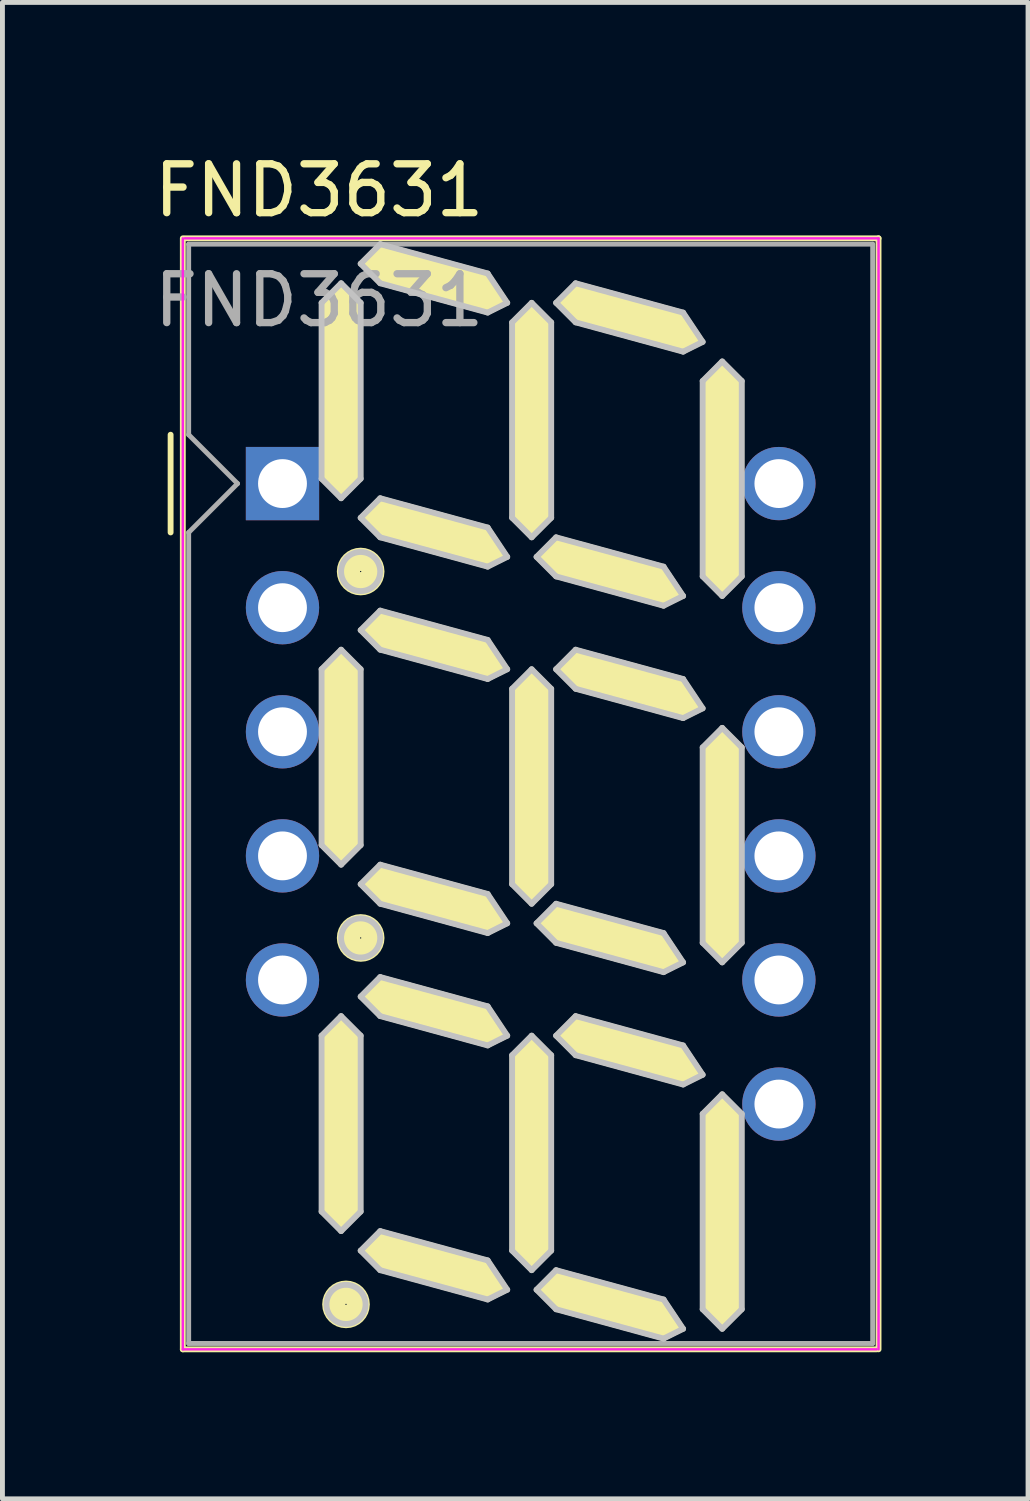
<source format=kicad_pcb>
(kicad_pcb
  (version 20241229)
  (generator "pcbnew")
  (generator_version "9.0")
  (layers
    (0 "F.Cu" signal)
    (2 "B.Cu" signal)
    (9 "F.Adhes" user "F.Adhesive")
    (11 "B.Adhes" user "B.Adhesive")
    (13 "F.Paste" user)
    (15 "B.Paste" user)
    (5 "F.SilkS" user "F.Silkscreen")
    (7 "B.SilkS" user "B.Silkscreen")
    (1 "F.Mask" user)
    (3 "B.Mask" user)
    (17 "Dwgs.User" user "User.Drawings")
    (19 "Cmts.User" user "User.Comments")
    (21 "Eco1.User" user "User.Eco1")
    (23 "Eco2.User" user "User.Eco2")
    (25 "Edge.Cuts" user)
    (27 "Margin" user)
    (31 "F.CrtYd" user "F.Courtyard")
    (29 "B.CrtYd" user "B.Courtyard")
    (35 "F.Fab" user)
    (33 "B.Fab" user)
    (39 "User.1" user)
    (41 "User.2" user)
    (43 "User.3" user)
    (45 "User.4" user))
  (footprint "FND3631"
    (layer "F.Cu")
    (at 2.732 6.848)
    (property "Reference" "FND3631" (at 0.75 -6 0) (layer "F.SilkS") (effects (font (size 1 1) (thickness 0.15))))
    (attr through_hole)
    (fp_line (start -2.29 -1) (end -2.29 1) (stroke (width 0.12) (type solid)) (layer "F.SilkS"))
    (fp_line (start -2.04 -5.02) (end -2.04 17.72) (stroke (width 0.12) (type solid)) (layer "F.SilkS"))
    (fp_line (start -2 -5.02) (end 12.2 -5.02) (stroke (width 0.12) (type solid)) (layer "F.SilkS"))
    (fp_line (start 12.16 17.72) (end -2.04 17.72) (stroke (width 0.12) (type solid)) (layer "F.SilkS"))
    (fp_line (start 12.2 17.72) (end 12.2 -5.02) (stroke (width 0.12) (type solid)) (layer "F.SilkS"))
    (fp_circle (center 1.3 16.8) (end 1.55 16.8) (stroke (width 0.475) (type solid)) (fill no) (layer "F.SilkS"))
    (fp_circle (center 1.6 1.8) (end 1.85 1.8) (stroke (width 0.475) (type solid)) (fill no) (layer "F.SilkS"))
    (fp_circle (center 1.6 9.3) (end 1.85 9.3) (stroke (width 0.475) (type solid)) (fill no) (layer "F.SilkS"))
    (fp_poly (pts (xy 1.6 -3.7) (xy 1.6 -0.1) (xy 1.2 0.3) (xy 0.8 -0.1) (xy 0.8 -3.7) (xy 1.2 -4.1)) (stroke (width 0.1) (type solid)) (fill yes) (layer "F.SilkS"))
    (fp_poly (pts (xy 1.6 3.8) (xy 1.6 7.4) (xy 1.2 7.8) (xy 0.8 7.4) (xy 0.8 3.8) (xy 1.2 3.4)) (stroke (width 0.1) (type solid)) (fill yes) (layer "F.SilkS"))
    (fp_poly (pts (xy 1.6 11.3) (xy 1.6 14.9) (xy 1.2 15.3) (xy 0.8 14.9) (xy 0.8 11.3) (xy 1.2 10.9)) (stroke (width 0.1) (type solid)) (fill yes) (layer "F.SilkS"))
    (fp_poly (pts (xy 4.2 -4.3) (xy 4.6 -3.7) (xy 4.2 -3.5) (xy 2 -4.1) (xy 1.6 -4.5) (xy 2 -4.9)) (stroke (width 0.1) (type solid)) (fill yes) (layer "F.SilkS"))
    (fp_poly (pts (xy 4.2 0.9) (xy 4.6 1.5) (xy 4.2 1.7) (xy 2 1.1) (xy 1.6 0.7) (xy 2 0.3)) (stroke (width 0.1) (type solid)) (fill yes) (layer "F.SilkS"))
    (fp_poly (pts (xy 4.2 3.2) (xy 4.6 3.8) (xy 4.2 4) (xy 2 3.4) (xy 1.6 3) (xy 2 2.6)) (stroke (width 0.1) (type solid)) (fill yes) (layer "F.SilkS"))
    (fp_poly (pts (xy 4.2 8.4) (xy 4.6 9) (xy 4.2 9.2) (xy 2 8.6) (xy 1.6 8.2) (xy 2 7.8)) (stroke (width 0.1) (type solid)) (fill yes) (layer "F.SilkS"))
    (fp_poly (pts (xy 4.2 10.7) (xy 4.6 11.3) (xy 4.2 11.5) (xy 2 10.9) (xy 1.6 10.5) (xy 2 10.1)) (stroke (width 0.1) (type solid)) (fill yes) (layer "F.SilkS"))
    (fp_poly (pts (xy 4.2 15.9) (xy 4.6 16.5) (xy 4.2 16.7) (xy 2 16.1) (xy 1.6 15.7) (xy 2 15.3)) (stroke (width 0.1) (type solid)) (fill yes) (layer "F.SilkS"))
    (fp_poly (pts (xy 5.5 -3.3) (xy 5.5 0.7) (xy 5.1 1.1) (xy 4.7 0.7) (xy 4.7 -3.3) (xy 5.1 -3.7)) (stroke (width 0.1) (type solid)) (fill yes) (layer "F.SilkS"))
    (fp_poly (pts (xy 5.5 4.2) (xy 5.5 8.2) (xy 5.1 8.6) (xy 4.7 8.2) (xy 4.7 4.2) (xy 5.1 3.8)) (stroke (width 0.1) (type solid)) (fill yes) (layer "F.SilkS"))
    (fp_poly (pts (xy 5.5 11.7) (xy 5.5 15.7) (xy 5.1 16.1) (xy 4.7 15.7) (xy 4.7 11.7) (xy 5.1 11.3)) (stroke (width 0.1) (type solid)) (fill yes) (layer "F.SilkS"))
    (fp_poly (pts (xy 7.8 1.7) (xy 8.2 2.3) (xy 7.8 2.5) (xy 5.6 1.9) (xy 5.2 1.5) (xy 5.6 1.1)) (stroke (width 0.1) (type solid)) (fill yes) (layer "F.SilkS"))
    (fp_poly (pts (xy 7.8 9.2) (xy 8.2 9.8) (xy 7.8 10) (xy 5.6 9.4) (xy 5.2 9) (xy 5.6 8.6)) (stroke (width 0.1) (type solid)) (fill yes) (layer "F.SilkS"))
    (fp_poly (pts (xy 7.8 16.7) (xy 8.2 17.3) (xy 7.8 17.5) (xy 5.6 16.9) (xy 5.2 16.5) (xy 5.6 16.1)) (stroke (width 0.1) (type solid)) (fill yes) (layer "F.SilkS"))
    (fp_poly (pts (xy 8.2 -3.5) (xy 8.6 -2.9) (xy 8.2 -2.7) (xy 6 -3.3) (xy 5.6 -3.7) (xy 6 -4.1)) (stroke (width 0.1) (type solid)) (fill yes) (layer "F.SilkS"))
    (fp_poly (pts (xy 8.2 4) (xy 8.6 4.6) (xy 8.2 4.8) (xy 6 4.2) (xy 5.6 3.8) (xy 6 3.4)) (stroke (width 0.1) (type solid)) (fill yes) (layer "F.SilkS"))
    (fp_poly (pts (xy 8.2 11.5) (xy 8.6 12.1) (xy 8.2 12.3) (xy 6 11.7) (xy 5.6 11.3) (xy 6 10.9)) (stroke (width 0.1) (type solid)) (fill yes) (layer "F.SilkS"))
    (fp_poly (pts (xy 9.4 -2.1) (xy 9.4 1.9) (xy 9 2.3) (xy 8.6 1.9) (xy 8.6 -2.1) (xy 9 -2.5)) (stroke (width 0.1) (type solid)) (fill yes) (layer "F.SilkS"))
    (fp_poly (pts (xy 9.4 5.4) (xy 9.4 9.4) (xy 9 9.8) (xy 8.6 9.4) (xy 8.6 5.4) (xy 9 5)) (stroke (width 0.1) (type solid)) (fill yes) (layer "F.SilkS"))
    (fp_poly (pts (xy 9.4 12.9) (xy 9.4 16.9) (xy 9 17.3) (xy 8.6 16.9) (xy 8.6 12.9) (xy 9 12.5)) (stroke (width 0.1) (type solid)) (fill yes) (layer "F.SilkS"))
    (fp_line (start 0.8 -3.7) (end 0.8 -0.1) (stroke (width 0.12) (type solid)) (layer "Dwgs.User"))
    (fp_line (start 0.8 3.8) (end 0.8 7.4) (stroke (width 0.12) (type solid)) (layer "Dwgs.User"))
    (fp_line (start 0.8 11.3) (end 0.8 14.9) (stroke (width 0.12) (type solid)) (layer "Dwgs.User"))
    (fp_line (start 1.2 -4.1) (end 0.8 -3.7) (stroke (width 0.12) (type solid)) (layer "Dwgs.User"))
    (fp_line (start 1.2 -4.1) (end 1.6 -3.7) (stroke (width 0.12) (type solid)) (layer "Dwgs.User"))
    (fp_line (start 1.2 0.3) (end 0.8 -0.1) (stroke (width 0.12) (type solid)) (layer "Dwgs.User"))
    (fp_line (start 1.2 0.3) (end 1.6 -0.1) (stroke (width 0.12) (type solid)) (layer "Dwgs.User"))
    (fp_line (start 1.2 3.4) (end 0.8 3.8) (stroke (width 0.12) (type solid)) (layer "Dwgs.User"))
    (fp_line (start 1.2 3.4) (end 1.6 3.8) (stroke (width 0.12) (type solid)) (layer "Dwgs.User"))
    (fp_line (start 1.2 7.8) (end 0.8 7.4) (stroke (width 0.12) (type solid)) (layer "Dwgs.User"))
    (fp_line (start 1.2 7.8) (end 1.6 7.4) (stroke (width 0.12) (type solid)) (layer "Dwgs.User"))
    (fp_line (start 1.2 10.9) (end 0.8 11.3) (stroke (width 0.12) (type solid)) (layer "Dwgs.User"))
    (fp_line (start 1.2 10.9) (end 1.6 11.3) (stroke (width 0.12) (type solid)) (layer "Dwgs.User"))
    (fp_line (start 1.2 15.3) (end 0.8 14.9) (stroke (width 0.12) (type solid)) (layer "Dwgs.User"))
    (fp_line (start 1.2 15.3) (end 1.6 14.9) (stroke (width 0.12) (type solid)) (layer "Dwgs.User"))
    (fp_line (start 1.6 -4.5) (end 2 -4.9) (stroke (width 0.12) (type solid)) (layer "Dwgs.User"))
    (fp_line (start 1.6 -4.5) (end 2 -4.1) (stroke (width 0.12) (type solid)) (layer "Dwgs.User"))
    (fp_line (start 1.6 -3.7) (end 1.6 -0.1) (stroke (width 0.12) (type solid)) (layer "Dwgs.User"))
    (fp_line (start 1.6 0.7) (end 2 0.3) (stroke (width 0.12) (type solid)) (layer "Dwgs.User"))
    (fp_line (start 1.6 0.7) (end 2 1.1) (stroke (width 0.12) (type solid)) (layer "Dwgs.User"))
    (fp_line (start 1.6 3) (end 2 2.6) (stroke (width 0.12) (type solid)) (layer "Dwgs.User"))
    (fp_line (start 1.6 3) (end 2 3.4) (stroke (width 0.12) (type solid)) (layer "Dwgs.User"))
    (fp_line (start 1.6 3.8) (end 1.6 7.4) (stroke (width 0.12) (type solid)) (layer "Dwgs.User"))
    (fp_line (start 1.6 8.2) (end 2 7.8) (stroke (width 0.12) (type solid)) (layer "Dwgs.User"))
    (fp_line (start 1.6 8.2) (end 2 8.6) (stroke (width 0.12) (type solid)) (layer "Dwgs.User"))
    (fp_line (start 1.6 10.5) (end 2 10.1) (stroke (width 0.12) (type solid)) (layer "Dwgs.User"))
    (fp_line (start 1.6 10.5) (end 2 10.9) (stroke (width 0.12) (type solid)) (layer "Dwgs.User"))
    (fp_line (start 1.6 11.3) (end 1.6 14.9) (stroke (width 0.12) (type solid)) (layer "Dwgs.User"))
    (fp_line (start 1.6 15.7) (end 2 15.3) (stroke (width 0.12) (type solid)) (layer "Dwgs.User"))
    (fp_line (start 1.6 15.7) (end 2 16.1) (stroke (width 0.12) (type solid)) (layer "Dwgs.User"))
    (fp_line (start 2 -4.9) (end 4.2 -4.3) (stroke (width 0.12) (type solid)) (layer "Dwgs.User"))
    (fp_line (start 2 0.3) (end 4.2 0.9) (stroke (width 0.12) (type solid)) (layer "Dwgs.User"))
    (fp_line (start 2 1.1) (end 4.2 1.7) (stroke (width 0.12) (type solid)) (layer "Dwgs.User"))
    (fp_line (start 2 2.6) (end 4.2 3.2) (stroke (width 0.12) (type solid)) (layer "Dwgs.User"))
    (fp_line (start 2 7.8) (end 4.2 8.4) (stroke (width 0.12) (type solid)) (layer "Dwgs.User"))
    (fp_line (start 2 8.6) (end 4.2 9.2) (stroke (width 0.12) (type solid)) (layer "Dwgs.User"))
    (fp_line (start 2 10.1) (end 4.2 10.7) (stroke (width 0.12) (type solid)) (layer "Dwgs.User"))
    (fp_line (start 2 15.3) (end 4.2 15.9) (stroke (width 0.12) (type solid)) (layer "Dwgs.User"))
    (fp_line (start 2 16.1) (end 4.2 16.7) (stroke (width 0.12) (type solid)) (layer "Dwgs.User"))
    (fp_line (start 4.2 -3.5) (end 2 -4.1) (stroke (width 0.12) (type solid)) (layer "Dwgs.User"))
    (fp_line (start 4.2 4) (end 2 3.4) (stroke (width 0.12) (type solid)) (layer "Dwgs.User"))
    (fp_line (start 4.2 11.5) (end 2 10.9) (stroke (width 0.12) (type solid)) (layer "Dwgs.User"))
    (fp_line (start 4.6 -3.7) (end 4.2 -4.3) (stroke (width 0.12) (type solid)) (layer "Dwgs.User"))
    (fp_line (start 4.6 -3.7) (end 4.2 -3.5) (stroke (width 0.12) (type solid)) (layer "Dwgs.User"))
    (fp_line (start 4.6 1.5) (end 4.2 0.9) (stroke (width 0.12) (type solid)) (layer "Dwgs.User"))
    (fp_line (start 4.6 1.5) (end 4.2 1.7) (stroke (width 0.12) (type solid)) (layer "Dwgs.User"))
    (fp_line (start 4.6 3.8) (end 4.2 3.2) (stroke (width 0.12) (type solid)) (layer "Dwgs.User"))
    (fp_line (start 4.6 3.8) (end 4.2 4) (stroke (width 0.12) (type solid)) (layer "Dwgs.User"))
    (fp_line (start 4.6 9) (end 4.2 8.4) (stroke (width 0.12) (type solid)) (layer "Dwgs.User"))
    (fp_line (start 4.6 9) (end 4.2 9.2) (stroke (width 0.12) (type solid)) (layer "Dwgs.User"))
    (fp_line (start 4.6 11.3) (end 4.2 10.7) (stroke (width 0.12) (type solid)) (layer "Dwgs.User"))
    (fp_line (start 4.6 11.3) (end 4.2 11.5) (stroke (width 0.12) (type solid)) (layer "Dwgs.User"))
    (fp_line (start 4.6 16.5) (end 4.2 15.9) (stroke (width 0.12) (type solid)) (layer "Dwgs.User"))
    (fp_line (start 4.6 16.5) (end 4.2 16.7) (stroke (width 0.12) (type solid)) (layer "Dwgs.User"))
    (fp_line (start 4.7 -3.3) (end 4.7 0.7) (stroke (width 0.12) (type solid)) (layer "Dwgs.User"))
    (fp_line (start 4.7 4.2) (end 4.7 8.2) (stroke (width 0.12) (type solid)) (layer "Dwgs.User"))
    (fp_line (start 4.7 11.7) (end 4.7 15.7) (stroke (width 0.12) (type solid)) (layer "Dwgs.User"))
    (fp_line (start 5.1 -3.7) (end 4.7 -3.3) (stroke (width 0.12) (type solid)) (layer "Dwgs.User"))
    (fp_line (start 5.1 -3.7) (end 5.5 -3.3) (stroke (width 0.12) (type solid)) (layer "Dwgs.User"))
    (fp_line (start 5.1 1.1) (end 4.7 0.7) (stroke (width 0.12) (type solid)) (layer "Dwgs.User"))
    (fp_line (start 5.1 1.1) (end 5.5 0.7) (stroke (width 0.12) (type solid)) (layer "Dwgs.User"))
    (fp_line (start 5.1 3.8) (end 4.7 4.2) (stroke (width 0.12) (type solid)) (layer "Dwgs.User"))
    (fp_line (start 5.1 3.8) (end 5.5 4.2) (stroke (width 0.12) (type solid)) (layer "Dwgs.User"))
    (fp_line (start 5.1 8.6) (end 4.7 8.2) (stroke (width 0.12) (type solid)) (layer "Dwgs.User"))
    (fp_line (start 5.1 8.6) (end 5.5 8.2) (stroke (width 0.12) (type solid)) (layer "Dwgs.User"))
    (fp_line (start 5.1 11.3) (end 4.7 11.7) (stroke (width 0.12) (type solid)) (layer "Dwgs.User"))
    (fp_line (start 5.1 11.3) (end 5.5 11.7) (stroke (width 0.12) (type solid)) (layer "Dwgs.User"))
    (fp_line (start 5.1 16.1) (end 4.7 15.7) (stroke (width 0.12) (type solid)) (layer "Dwgs.User"))
    (fp_line (start 5.1 16.1) (end 5.5 15.7) (stroke (width 0.12) (type solid)) (layer "Dwgs.User"))
    (fp_line (start 5.2 1.5) (end 5.6 1.1) (stroke (width 0.12) (type solid)) (layer "Dwgs.User"))
    (fp_line (start 5.2 1.5) (end 5.6 1.9) (stroke (width 0.12) (type solid)) (layer "Dwgs.User"))
    (fp_line (start 5.2 9) (end 5.6 8.6) (stroke (width 0.12) (type solid)) (layer "Dwgs.User"))
    (fp_line (start 5.2 9) (end 5.6 9.4) (stroke (width 0.12) (type solid)) (layer "Dwgs.User"))
    (fp_line (start 5.2 16.5) (end 5.6 16.1) (stroke (width 0.12) (type solid)) (layer "Dwgs.User"))
    (fp_line (start 5.2 16.5) (end 5.6 16.9) (stroke (width 0.12) (type solid)) (layer "Dwgs.User"))
    (fp_line (start 5.5 -3.3) (end 5.5 0.7) (stroke (width 0.12) (type solid)) (layer "Dwgs.User"))
    (fp_line (start 5.5 4.2) (end 5.5 8.2) (stroke (width 0.12) (type solid)) (layer "Dwgs.User"))
    (fp_line (start 5.5 11.7) (end 5.5 15.7) (stroke (width 0.12) (type solid)) (layer "Dwgs.User"))
    (fp_line (start 5.6 -3.7) (end 6 -4.1) (stroke (width 0.12) (type solid)) (layer "Dwgs.User"))
    (fp_line (start 5.6 -3.7) (end 6 -3.3) (stroke (width 0.12) (type solid)) (layer "Dwgs.User"))
    (fp_line (start 5.6 1.1) (end 7.8 1.7) (stroke (width 0.12) (type solid)) (layer "Dwgs.User"))
    (fp_line (start 5.6 1.9) (end 7.8 2.5) (stroke (width 0.12) (type solid)) (layer "Dwgs.User"))
    (fp_line (start 5.6 3.8) (end 6 3.4) (stroke (width 0.12) (type solid)) (layer "Dwgs.User"))
    (fp_line (start 5.6 3.8) (end 6 4.2) (stroke (width 0.12) (type solid)) (layer "Dwgs.User"))
    (fp_line (start 5.6 8.6) (end 7.8 9.2) (stroke (width 0.12) (type solid)) (layer "Dwgs.User"))
    (fp_line (start 5.6 9.4) (end 7.8 10) (stroke (width 0.12) (type solid)) (layer "Dwgs.User"))
    (fp_line (start 5.6 11.3) (end 6 10.9) (stroke (width 0.12) (type solid)) (layer "Dwgs.User"))
    (fp_line (start 5.6 11.3) (end 6 11.7) (stroke (width 0.12) (type solid)) (layer "Dwgs.User"))
    (fp_line (start 5.6 16.1) (end 7.8 16.7) (stroke (width 0.12) (type solid)) (layer "Dwgs.User"))
    (fp_line (start 5.6 16.9) (end 7.8 17.5) (stroke (width 0.12) (type solid)) (layer "Dwgs.User"))
    (fp_line (start 6 -4.1) (end 8.2 -3.5) (stroke (width 0.12) (type solid)) (layer "Dwgs.User"))
    (fp_line (start 6 3.4) (end 8.2 4) (stroke (width 0.12) (type solid)) (layer "Dwgs.User"))
    (fp_line (start 6 10.9) (end 8.2 11.5) (stroke (width 0.12) (type solid)) (layer "Dwgs.User"))
    (fp_line (start 8.2 -2.7) (end 6 -3.3) (stroke (width 0.12) (type solid)) (layer "Dwgs.User"))
    (fp_line (start 8.2 2.3) (end 7.8 1.7) (stroke (width 0.12) (type solid)) (layer "Dwgs.User"))
    (fp_line (start 8.2 2.3) (end 7.8 2.5) (stroke (width 0.12) (type solid)) (layer "Dwgs.User"))
    (fp_line (start 8.2 4.8) (end 6 4.2) (stroke (width 0.12) (type solid)) (layer "Dwgs.User"))
    (fp_line (start 8.2 9.8) (end 7.8 9.2) (stroke (width 0.12) (type solid)) (layer "Dwgs.User"))
    (fp_line (start 8.2 9.8) (end 7.8 10) (stroke (width 0.12) (type solid)) (layer "Dwgs.User"))
    (fp_line (start 8.2 12.3) (end 6 11.7) (stroke (width 0.12) (type solid)) (layer "Dwgs.User"))
    (fp_line (start 8.2 17.3) (end 7.8 16.7) (stroke (width 0.12) (type solid)) (layer "Dwgs.User"))
    (fp_line (start 8.2 17.3) (end 7.8 17.5) (stroke (width 0.12) (type solid)) (layer "Dwgs.User"))
    (fp_line (start 8.6 -2.9) (end 8.2 -3.5) (stroke (width 0.12) (type solid)) (layer "Dwgs.User"))
    (fp_line (start 8.6 -2.9) (end 8.2 -2.7) (stroke (width 0.12) (type solid)) (layer "Dwgs.User"))
    (fp_line (start 8.6 -2.1) (end 8.6 1.9) (stroke (width 0.12) (type solid)) (layer "Dwgs.User"))
    (fp_line (start 8.6 4.6) (end 8.2 4) (stroke (width 0.12) (type solid)) (layer "Dwgs.User"))
    (fp_line (start 8.6 4.6) (end 8.2 4.8) (stroke (width 0.12) (type solid)) (layer "Dwgs.User"))
    (fp_line (start 8.6 5.4) (end 8.6 9.4) (stroke (width 0.12) (type solid)) (layer "Dwgs.User"))
    (fp_line (start 8.6 12.1) (end 8.2 11.5) (stroke (width 0.12) (type solid)) (layer "Dwgs.User"))
    (fp_line (start 8.6 12.1) (end 8.2 12.3) (stroke (width 0.12) (type solid)) (layer "Dwgs.User"))
    (fp_line (start 8.6 12.9) (end 8.6 16.9) (stroke (width 0.12) (type solid)) (layer "Dwgs.User"))
    (fp_line (start 9 -2.5) (end 8.6 -2.1) (stroke (width 0.12) (type solid)) (layer "Dwgs.User"))
    (fp_line (start 9 -2.5) (end 9.4 -2.1) (stroke (width 0.12) (type solid)) (layer "Dwgs.User"))
    (fp_line (start 9 2.3) (end 8.6 1.9) (stroke (width 0.12) (type solid)) (layer "Dwgs.User"))
    (fp_line (start 9 2.3) (end 9.4 1.9) (stroke (width 0.12) (type solid)) (layer "Dwgs.User"))
    (fp_line (start 9 5) (end 8.6 5.4) (stroke (width 0.12) (type solid)) (layer "Dwgs.User"))
    (fp_line (start 9 5) (end 9.4 5.4) (stroke (width 0.12) (type solid)) (layer "Dwgs.User"))
    (fp_line (start 9 9.8) (end 8.6 9.4) (stroke (width 0.12) (type solid)) (layer "Dwgs.User"))
    (fp_line (start 9 9.8) (end 9.4 9.4) (stroke (width 0.12) (type solid)) (layer "Dwgs.User"))
    (fp_line (start 9 12.5) (end 8.6 12.9) (stroke (width 0.12) (type solid)) (layer "Dwgs.User"))
    (fp_line (start 9 12.5) (end 9.4 12.9) (stroke (width 0.12) (type solid)) (layer "Dwgs.User"))
    (fp_line (start 9 17.3) (end 8.6 16.9) (stroke (width 0.12) (type solid)) (layer "Dwgs.User"))
    (fp_line (start 9 17.3) (end 9.4 16.9) (stroke (width 0.12) (type solid)) (layer "Dwgs.User"))
    (fp_line (start 9.4 -2.1) (end 9.4 1.9) (stroke (width 0.12) (type solid)) (layer "Dwgs.User"))
    (fp_line (start 9.4 5.4) (end 9.4 9.4) (stroke (width 0.12) (type solid)) (layer "Dwgs.User"))
    (fp_line (start 9.4 12.9) (end 9.4 16.9) (stroke (width 0.12) (type solid)) (layer "Dwgs.User"))
    (fp_circle (center 1.3 16.8) (end 1.7 16.8) (stroke (width 0.12) (type solid)) (fill no) (layer "Dwgs.User"))
    (fp_circle (center 1.6 1.8) (end 2 1.8) (stroke (width 0.12) (type solid)) (fill no) (layer "Dwgs.User"))
    (fp_circle (center 1.6 9.3) (end 2 9.3) (stroke (width 0.12) (type solid)) (fill no) (layer "Dwgs.User"))
    (fp_line (start -2.04 17.72) (end -2.04 -5.02) (stroke (width 0.05) (type solid)) (layer "F.CrtYd"))
    (fp_line (start -2 -5.02) (end 12.2 -5.02) (stroke (width 0.05) (type solid)) (layer "F.CrtYd"))
    (fp_line (start 12.16 17.72) (end -2.04 17.72) (stroke (width 0.05) (type solid)) (layer "F.CrtYd"))
    (fp_line (start 12.2 -5.02) (end 12.2 17.72) (stroke (width 0.05) (type solid)) (layer "F.CrtYd"))
    (fp_line (start -1.92 -4.9) (end 12.08 -4.9) (stroke (width 0.1) (type solid)) (layer "F.Fab"))
    (fp_line (start -1.92 -1) (end -1.92 -4.9) (stroke (width 0.1) (type solid)) (layer "F.Fab"))
    (fp_line (start -1.92 1) (end -1.92 17.6) (stroke (width 0.1) (type solid)) (layer "F.Fab"))
    (fp_line (start -1.92 1) (end -0.92 0) (stroke (width 0.1) (type solid)) (layer "F.Fab"))
    (fp_line (start -0.92 0) (end -1.92 -1) (stroke (width 0.1) (type solid)) (layer "F.Fab"))
    (fp_line (start 12.08 -4.9) (end 12.08 17.6) (stroke (width 0.1) (type solid)) (layer "F.Fab"))
    (fp_line (start 12.08 17.6) (end -1.92 17.6) (stroke (width 0.1) (type solid)) (layer "F.Fab"))
    (fp_text user "${REFERENCE}" (at 0.75 -3.75 0) (layer "F.Fab") (effects (font (size 1 1) (thickness 0.15))))
    (pad "1" thru_hole rect (at 0 0) (size 1.5 1.5) (drill 1) (layers "*.Cu" "*.Mask"))
    (pad "2" thru_hole circle (at 0 2.54) (size 1.5 1.5) (drill 1) (layers "*.Cu" "*.Mask"))
    (pad "3" thru_hole circle (at 0 5.08) (size 1.5 1.5) (drill 1) (layers "*.Cu" "*.Mask"))
    (pad "4" thru_hole circle (at 0 7.62) (size 1.5 1.5) (drill 1) (layers "*.Cu" "*.Mask"))
    (pad "5" thru_hole circle (at 0 10.16) (size 1.5 1.5) (drill 1) (layers "*.Cu" "*.Mask"))
    (pad "7" thru_hole circle (at 10.16 12.7) (size 1.5 1.5) (drill 1) (layers "*.Cu" "*.Mask"))
    (pad "8" thru_hole circle (at 10.16 10.16) (size 1.5 1.5) (drill 1) (layers "*.Cu" "*.Mask"))
    (pad "9" thru_hole circle (at 10.16 7.62) (size 1.5 1.5) (drill 1) (layers "*.Cu" "*.Mask"))
    (pad "10" thru_hole circle (at 10.16 5.08) (size 1.5 1.5) (drill 1) (layers "*.Cu" "*.Mask"))
    (pad "11" thru_hole circle (at 10.16 2.54) (size 1.5 1.5) (drill 1) (layers "*.Cu" "*.Mask"))
    (pad "12" thru_hole circle (at 10.16 0) (size 1.5 1.5) (drill 1) (layers "*.Cu" "*.Mask")))
  (gr_rect
    (start -3 -3)
    (end 17.992 27.628)
    (stroke (width 0.1) (type default))
    (fill no)
    (layer "Edge.Cuts")))
</source>
